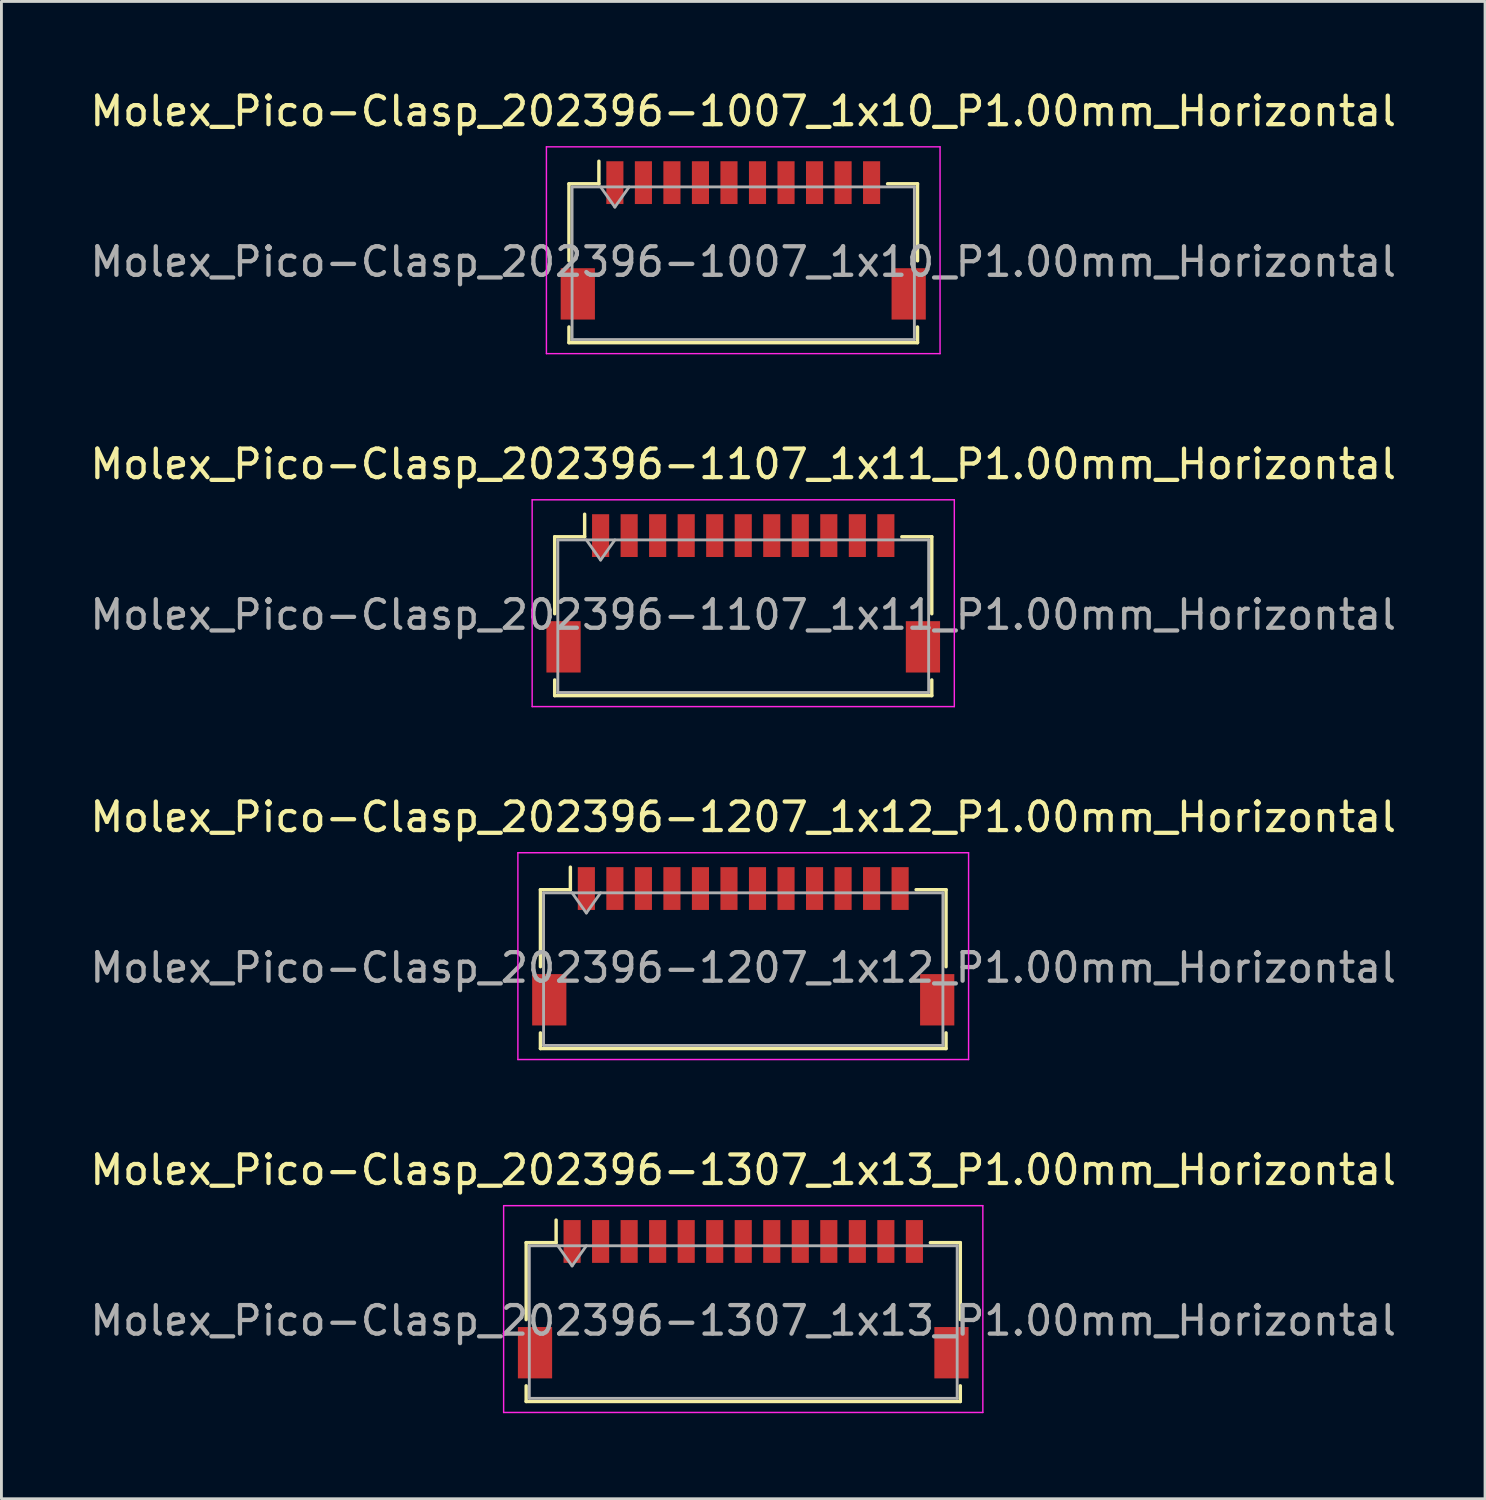
<source format=kicad_pcb>
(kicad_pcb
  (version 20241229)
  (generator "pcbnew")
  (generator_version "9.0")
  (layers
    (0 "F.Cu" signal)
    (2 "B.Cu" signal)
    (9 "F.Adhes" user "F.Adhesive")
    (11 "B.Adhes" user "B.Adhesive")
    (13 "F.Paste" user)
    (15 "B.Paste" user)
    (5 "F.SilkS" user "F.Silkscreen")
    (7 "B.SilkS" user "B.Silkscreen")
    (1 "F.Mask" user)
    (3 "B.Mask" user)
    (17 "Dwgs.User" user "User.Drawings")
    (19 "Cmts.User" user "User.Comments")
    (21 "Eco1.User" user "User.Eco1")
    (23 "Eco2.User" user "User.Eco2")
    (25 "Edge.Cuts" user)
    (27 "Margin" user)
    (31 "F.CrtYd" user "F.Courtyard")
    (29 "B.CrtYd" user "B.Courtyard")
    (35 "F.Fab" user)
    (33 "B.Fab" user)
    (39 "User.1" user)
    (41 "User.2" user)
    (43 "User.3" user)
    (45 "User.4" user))
  (footprint "Molex_Pico-Clasp_202396-1307_1x13_P1.00mm_Horizontal"
    (layer "F.Cu")
    (at 23.006 42.498)
    (property "Reference" "Molex_Pico-Clasp_202396-1307_1x13_P1.00mm_Horizontal" (at 0 -4.53 0) (layer "F.SilkS") (effects (font (size 1 1) (thickness 0.15))))
    (attr smd)
    (fp_line (start -7.61 -1.985) (end -6.56 -1.985) (stroke (width 0.12) (type solid)) (layer "F.SilkS"))
    (fp_line (start -7.61 0.715) (end -7.61 -1.985) (stroke (width 0.12) (type solid)) (layer "F.SilkS"))
    (fp_line (start -7.61 3.035) (end -7.61 3.585) (stroke (width 0.12) (type solid)) (layer "F.SilkS"))
    (fp_line (start -7.61 3.585) (end 7.61 3.585) (stroke (width 0.12) (type solid)) (layer "F.SilkS"))
    (fp_line (start -6.56 -1.985) (end -6.56 -2.775) (stroke (width 0.12) (type solid)) (layer "F.SilkS"))
    (fp_line (start 7.61 -1.985) (end 6.56 -1.985) (stroke (width 0.12) (type solid)) (layer "F.SilkS"))
    (fp_line (start 7.61 0.715) (end 7.61 -1.985) (stroke (width 0.12) (type solid)) (layer "F.SilkS"))
    (fp_line (start 7.61 3.585) (end 7.61 3.035) (stroke (width 0.12) (type solid)) (layer "F.SilkS"))
    (fp_line (start -8.4 -3.28) (end -8.4 3.97) (stroke (width 0.05) (type solid)) (layer "F.CrtYd"))
    (fp_line (start -8.4 3.97) (end 8.4 3.97) (stroke (width 0.05) (type solid)) (layer "F.CrtYd"))
    (fp_line (start 8.4 -3.28) (end -8.4 -3.28) (stroke (width 0.05) (type solid)) (layer "F.CrtYd"))
    (fp_line (start 8.4 3.97) (end 8.4 -3.28) (stroke (width 0.05) (type solid)) (layer "F.CrtYd"))
    (fp_line (start -7.5 -1.875) (end -7.5 3.475) (stroke (width 0.1) (type solid)) (layer "F.Fab"))
    (fp_line (start -7.5 -1.875) (end 7.5 -1.875) (stroke (width 0.1) (type solid)) (layer "F.Fab"))
    (fp_line (start -7.5 3.475) (end 7.5 3.475) (stroke (width 0.1) (type solid)) (layer "F.Fab"))
    (fp_line (start -6.5 -1.875) (end -6 -1.168) (stroke (width 0.1) (type solid)) (layer "F.Fab"))
    (fp_line (start -6 -1.168) (end -5.5 -1.875) (stroke (width 0.1) (type solid)) (layer "F.Fab"))
    (fp_line (start 7.5 -1.875) (end 7.5 3.475) (stroke (width 0.1) (type solid)) (layer "F.Fab"))
    (fp_text user "${REFERENCE}" (at 0 0.75 0) (layer "F.Fab") (effects (font (size 1 1) (thickness 0.15))))
    (pad "" smd rect (at -7.3 1.875) (size 1.2 1.8) (layers "F.Cu" "F.Mask" "F.Paste"))
    (pad "" smd rect (at 7.3 1.875) (size 1.2 1.8) (layers "F.Cu" "F.Mask" "F.Paste"))
    (pad "1" smd rect (at -6 -2.025) (size 0.6 1.5) (layers "F.Cu" "F.Mask" "F.Paste"))
    (pad "2" smd rect (at -5 -2.025) (size 0.6 1.5) (layers "F.Cu" "F.Mask" "F.Paste"))
    (pad "3" smd rect (at -4 -2.025) (size 0.6 1.5) (layers "F.Cu" "F.Mask" "F.Paste"))
    (pad "4" smd rect (at -3 -2.025) (size 0.6 1.5) (layers "F.Cu" "F.Mask" "F.Paste"))
    (pad "5" smd rect (at -2 -2.025) (size 0.6 1.5) (layers "F.Cu" "F.Mask" "F.Paste"))
    (pad "6" smd rect (at -1 -2.025) (size 0.6 1.5) (layers "F.Cu" "F.Mask" "F.Paste"))
    (pad "7" smd rect (at 0 -2.025) (size 0.6 1.5) (layers "F.Cu" "F.Mask" "F.Paste"))
    (pad "8" smd rect (at 1 -2.025) (size 0.6 1.5) (layers "F.Cu" "F.Mask" "F.Paste"))
    (pad "9" smd rect (at 2 -2.025) (size 0.6 1.5) (layers "F.Cu" "F.Mask" "F.Paste"))
    (pad "10" smd rect (at 3 -2.025) (size 0.6 1.5) (layers "F.Cu" "F.Mask" "F.Paste"))
    (pad "11" smd rect (at 4 -2.025) (size 0.6 1.5) (layers "F.Cu" "F.Mask" "F.Paste"))
    (pad "12" smd rect (at 5 -2.025) (size 0.6 1.5) (layers "F.Cu" "F.Mask" "F.Paste"))
    (pad "13" smd rect (at 6 -2.025) (size 0.6 1.5) (layers "F.Cu" "F.Mask" "F.Paste")))
  (footprint "Molex_Pico-Clasp_202396-1107_1x11_P1.00mm_Horizontal"
    (layer "F.Cu")
    (at 23.006 17.752)
    (property "Reference" "Molex_Pico-Clasp_202396-1107_1x11_P1.00mm_Horizontal" (at 0 -4.53 0) (layer "F.SilkS") (effects (font (size 1 1) (thickness 0.15))))
    (attr smd)
    (fp_line (start -6.61 -1.985) (end -5.56 -1.985) (stroke (width 0.12) (type solid)) (layer "F.SilkS"))
    (fp_line (start -6.61 0.715) (end -6.61 -1.985) (stroke (width 0.12) (type solid)) (layer "F.SilkS"))
    (fp_line (start -6.61 3.035) (end -6.61 3.585) (stroke (width 0.12) (type solid)) (layer "F.SilkS"))
    (fp_line (start -6.61 3.585) (end 6.61 3.585) (stroke (width 0.12) (type solid)) (layer "F.SilkS"))
    (fp_line (start -5.56 -1.985) (end -5.56 -2.775) (stroke (width 0.12) (type solid)) (layer "F.SilkS"))
    (fp_line (start 6.61 -1.985) (end 5.56 -1.985) (stroke (width 0.12) (type solid)) (layer "F.SilkS"))
    (fp_line (start 6.61 0.715) (end 6.61 -1.985) (stroke (width 0.12) (type solid)) (layer "F.SilkS"))
    (fp_line (start 6.61 3.585) (end 6.61 3.035) (stroke (width 0.12) (type solid)) (layer "F.SilkS"))
    (fp_line (start -7.4 -3.28) (end -7.4 3.97) (stroke (width 0.05) (type solid)) (layer "F.CrtYd"))
    (fp_line (start -7.4 3.97) (end 7.4 3.97) (stroke (width 0.05) (type solid)) (layer "F.CrtYd"))
    (fp_line (start 7.4 -3.28) (end -7.4 -3.28) (stroke (width 0.05) (type solid)) (layer "F.CrtYd"))
    (fp_line (start 7.4 3.97) (end 7.4 -3.28) (stroke (width 0.05) (type solid)) (layer "F.CrtYd"))
    (fp_line (start -6.5 -1.875) (end -6.5 3.475) (stroke (width 0.1) (type solid)) (layer "F.Fab"))
    (fp_line (start -6.5 -1.875) (end 6.5 -1.875) (stroke (width 0.1) (type solid)) (layer "F.Fab"))
    (fp_line (start -6.5 3.475) (end 6.5 3.475) (stroke (width 0.1) (type solid)) (layer "F.Fab"))
    (fp_line (start -5.5 -1.875) (end -5 -1.168) (stroke (width 0.1) (type solid)) (layer "F.Fab"))
    (fp_line (start -5 -1.168) (end -4.5 -1.875) (stroke (width 0.1) (type solid)) (layer "F.Fab"))
    (fp_line (start 6.5 -1.875) (end 6.5 3.475) (stroke (width 0.1) (type solid)) (layer "F.Fab"))
    (fp_text user "${REFERENCE}" (at 0 0.75 0) (layer "F.Fab") (effects (font (size 1 1) (thickness 0.15))))
    (pad "" smd rect (at -6.3 1.875) (size 1.2 1.8) (layers "F.Cu" "F.Mask" "F.Paste"))
    (pad "" smd rect (at 6.3 1.875) (size 1.2 1.8) (layers "F.Cu" "F.Mask" "F.Paste"))
    (pad "1" smd rect (at -5 -2.025) (size 0.6 1.5) (layers "F.Cu" "F.Mask" "F.Paste"))
    (pad "2" smd rect (at -4 -2.025) (size 0.6 1.5) (layers "F.Cu" "F.Mask" "F.Paste"))
    (pad "3" smd rect (at -3 -2.025) (size 0.6 1.5) (layers "F.Cu" "F.Mask" "F.Paste"))
    (pad "4" smd rect (at -2 -2.025) (size 0.6 1.5) (layers "F.Cu" "F.Mask" "F.Paste"))
    (pad "5" smd rect (at -1 -2.025) (size 0.6 1.5) (layers "F.Cu" "F.Mask" "F.Paste"))
    (pad "6" smd rect (at 0 -2.025) (size 0.6 1.5) (layers "F.Cu" "F.Mask" "F.Paste"))
    (pad "7" smd rect (at 1 -2.025) (size 0.6 1.5) (layers "F.Cu" "F.Mask" "F.Paste"))
    (pad "8" smd rect (at 2 -2.025) (size 0.6 1.5) (layers "F.Cu" "F.Mask" "F.Paste"))
    (pad "9" smd rect (at 3 -2.025) (size 0.6 1.5) (layers "F.Cu" "F.Mask" "F.Paste"))
    (pad "10" smd rect (at 4 -2.025) (size 0.6 1.5) (layers "F.Cu" "F.Mask" "F.Paste"))
    (pad "11" smd rect (at 5 -2.025) (size 0.6 1.5) (layers "F.Cu" "F.Mask" "F.Paste")))
  (footprint "Molex_Pico-Clasp_202396-1007_1x10_P1.00mm_Horizontal"
    (layer "F.Cu")
    (at 23.006 5.378)
    (property "Reference" "Molex_Pico-Clasp_202396-1007_1x10_P1.00mm_Horizontal" (at 0 -4.53 0) (layer "F.SilkS") (effects (font (size 1 1) (thickness 0.15))))
    (attr smd)
    (fp_line (start -6.11 -1.985) (end -5.06 -1.985) (stroke (width 0.12) (type solid)) (layer "F.SilkS"))
    (fp_line (start -6.11 0.715) (end -6.11 -1.985) (stroke (width 0.12) (type solid)) (layer "F.SilkS"))
    (fp_line (start -6.11 3.035) (end -6.11 3.585) (stroke (width 0.12) (type solid)) (layer "F.SilkS"))
    (fp_line (start -6.11 3.585) (end 6.11 3.585) (stroke (width 0.12) (type solid)) (layer "F.SilkS"))
    (fp_line (start -5.06 -1.985) (end -5.06 -2.775) (stroke (width 0.12) (type solid)) (layer "F.SilkS"))
    (fp_line (start 6.11 -1.985) (end 5.06 -1.985) (stroke (width 0.12) (type solid)) (layer "F.SilkS"))
    (fp_line (start 6.11 0.715) (end 6.11 -1.985) (stroke (width 0.12) (type solid)) (layer "F.SilkS"))
    (fp_line (start 6.11 3.585) (end 6.11 3.035) (stroke (width 0.12) (type solid)) (layer "F.SilkS"))
    (fp_line (start -6.9 -3.28) (end -6.9 3.97) (stroke (width 0.05) (type solid)) (layer "F.CrtYd"))
    (fp_line (start -6.9 3.97) (end 6.9 3.97) (stroke (width 0.05) (type solid)) (layer "F.CrtYd"))
    (fp_line (start 6.9 -3.28) (end -6.9 -3.28) (stroke (width 0.05) (type solid)) (layer "F.CrtYd"))
    (fp_line (start 6.9 3.97) (end 6.9 -3.28) (stroke (width 0.05) (type solid)) (layer "F.CrtYd"))
    (fp_line (start -6 -1.875) (end -6 3.475) (stroke (width 0.1) (type solid)) (layer "F.Fab"))
    (fp_line (start -6 -1.875) (end 6 -1.875) (stroke (width 0.1) (type solid)) (layer "F.Fab"))
    (fp_line (start -6 3.475) (end 6 3.475) (stroke (width 0.1) (type solid)) (layer "F.Fab"))
    (fp_line (start -5 -1.875) (end -4.5 -1.168) (stroke (width 0.1) (type solid)) (layer "F.Fab"))
    (fp_line (start -4.5 -1.168) (end -4 -1.875) (stroke (width 0.1) (type solid)) (layer "F.Fab"))
    (fp_line (start 6 -1.875) (end 6 3.475) (stroke (width 0.1) (type solid)) (layer "F.Fab"))
    (fp_text user "${REFERENCE}" (at 0 0.75 0) (layer "F.Fab") (effects (font (size 1 1) (thickness 0.15))))
    (pad "" smd rect (at -5.8 1.875) (size 1.2 1.8) (layers "F.Cu" "F.Mask" "F.Paste"))
    (pad "" smd rect (at 5.8 1.875) (size 1.2 1.8) (layers "F.Cu" "F.Mask" "F.Paste"))
    (pad "1" smd rect (at -4.5 -2.025) (size 0.6 1.5) (layers "F.Cu" "F.Mask" "F.Paste"))
    (pad "2" smd rect (at -3.5 -2.025) (size 0.6 1.5) (layers "F.Cu" "F.Mask" "F.Paste"))
    (pad "3" smd rect (at -2.5 -2.025) (size 0.6 1.5) (layers "F.Cu" "F.Mask" "F.Paste"))
    (pad "4" smd rect (at -1.5 -2.025) (size 0.6 1.5) (layers "F.Cu" "F.Mask" "F.Paste"))
    (pad "5" smd rect (at -0.5 -2.025) (size 0.6 1.5) (layers "F.Cu" "F.Mask" "F.Paste"))
    (pad "6" smd rect (at 0.5 -2.025) (size 0.6 1.5) (layers "F.Cu" "F.Mask" "F.Paste"))
    (pad "7" smd rect (at 1.5 -2.025) (size 0.6 1.5) (layers "F.Cu" "F.Mask" "F.Paste"))
    (pad "8" smd rect (at 2.5 -2.025) (size 0.6 1.5) (layers "F.Cu" "F.Mask" "F.Paste"))
    (pad "9" smd rect (at 3.5 -2.025) (size 0.6 1.5) (layers "F.Cu" "F.Mask" "F.Paste"))
    (pad "10" smd rect (at 4.5 -2.025) (size 0.6 1.5) (layers "F.Cu" "F.Mask" "F.Paste")))
  (footprint "Molex_Pico-Clasp_202396-1207_1x12_P1.00mm_Horizontal"
    (layer "F.Cu")
    (at 23.006 30.125)
    (property "Reference" "Molex_Pico-Clasp_202396-1207_1x12_P1.00mm_Horizontal" (at 0 -4.53 0) (layer "F.SilkS") (effects (font (size 1 1) (thickness 0.15))))
    (attr smd)
    (fp_line (start -7.11 -1.985) (end -6.06 -1.985) (stroke (width 0.12) (type solid)) (layer "F.SilkS"))
    (fp_line (start -7.11 0.715) (end -7.11 -1.985) (stroke (width 0.12) (type solid)) (layer "F.SilkS"))
    (fp_line (start -7.11 3.035) (end -7.11 3.585) (stroke (width 0.12) (type solid)) (layer "F.SilkS"))
    (fp_line (start -7.11 3.585) (end 7.11 3.585) (stroke (width 0.12) (type solid)) (layer "F.SilkS"))
    (fp_line (start -6.06 -1.985) (end -6.06 -2.775) (stroke (width 0.12) (type solid)) (layer "F.SilkS"))
    (fp_line (start 7.11 -1.985) (end 6.06 -1.985) (stroke (width 0.12) (type solid)) (layer "F.SilkS"))
    (fp_line (start 7.11 0.715) (end 7.11 -1.985) (stroke (width 0.12) (type solid)) (layer "F.SilkS"))
    (fp_line (start 7.11 3.585) (end 7.11 3.035) (stroke (width 0.12) (type solid)) (layer "F.SilkS"))
    (fp_line (start -7.9 -3.28) (end -7.9 3.97) (stroke (width 0.05) (type solid)) (layer "F.CrtYd"))
    (fp_line (start -7.9 3.97) (end 7.9 3.97) (stroke (width 0.05) (type solid)) (layer "F.CrtYd"))
    (fp_line (start 7.9 -3.28) (end -7.9 -3.28) (stroke (width 0.05) (type solid)) (layer "F.CrtYd"))
    (fp_line (start 7.9 3.97) (end 7.9 -3.28) (stroke (width 0.05) (type solid)) (layer "F.CrtYd"))
    (fp_line (start -7 -1.875) (end -7 3.475) (stroke (width 0.1) (type solid)) (layer "F.Fab"))
    (fp_line (start -7 -1.875) (end 7 -1.875) (stroke (width 0.1) (type solid)) (layer "F.Fab"))
    (fp_line (start -7 3.475) (end 7 3.475) (stroke (width 0.1) (type solid)) (layer "F.Fab"))
    (fp_line (start -6 -1.875) (end -5.5 -1.168) (stroke (width 0.1) (type solid)) (layer "F.Fab"))
    (fp_line (start -5.5 -1.168) (end -5 -1.875) (stroke (width 0.1) (type solid)) (layer "F.Fab"))
    (fp_line (start 7 -1.875) (end 7 3.475) (stroke (width 0.1) (type solid)) (layer "F.Fab"))
    (fp_text user "${REFERENCE}" (at 0 0.75 0) (layer "F.Fab") (effects (font (size 1 1) (thickness 0.15))))
    (pad "" smd rect (at -6.8 1.875) (size 1.2 1.8) (layers "F.Cu" "F.Mask" "F.Paste"))
    (pad "" smd rect (at 6.8 1.875) (size 1.2 1.8) (layers "F.Cu" "F.Mask" "F.Paste"))
    (pad "1" smd rect (at -5.5 -2.025) (size 0.6 1.5) (layers "F.Cu" "F.Mask" "F.Paste"))
    (pad "2" smd rect (at -4.5 -2.025) (size 0.6 1.5) (layers "F.Cu" "F.Mask" "F.Paste"))
    (pad "3" smd rect (at -3.5 -2.025) (size 0.6 1.5) (layers "F.Cu" "F.Mask" "F.Paste"))
    (pad "4" smd rect (at -2.5 -2.025) (size 0.6 1.5) (layers "F.Cu" "F.Mask" "F.Paste"))
    (pad "5" smd rect (at -1.5 -2.025) (size 0.6 1.5) (layers "F.Cu" "F.Mask" "F.Paste"))
    (pad "6" smd rect (at -0.5 -2.025) (size 0.6 1.5) (layers "F.Cu" "F.Mask" "F.Paste"))
    (pad "7" smd rect (at 0.5 -2.025) (size 0.6 1.5) (layers "F.Cu" "F.Mask" "F.Paste"))
    (pad "8" smd rect (at 1.5 -2.025) (size 0.6 1.5) (layers "F.Cu" "F.Mask" "F.Paste"))
    (pad "9" smd rect (at 2.5 -2.025) (size 0.6 1.5) (layers "F.Cu" "F.Mask" "F.Paste"))
    (pad "10" smd rect (at 3.5 -2.025) (size 0.6 1.5) (layers "F.Cu" "F.Mask" "F.Paste"))
    (pad "11" smd rect (at 4.5 -2.025) (size 0.6 1.5) (layers "F.Cu" "F.Mask" "F.Paste"))
    (pad "12" smd rect (at 5.5 -2.025) (size 0.6 1.5) (layers "F.Cu" "F.Mask" "F.Paste")))
  (gr_rect
    (start -3 -3)
    (end 49.012 49.493)
    (stroke (width 0.1) (type default))
    (fill no)
    (layer "Edge.Cuts")))
</source>
